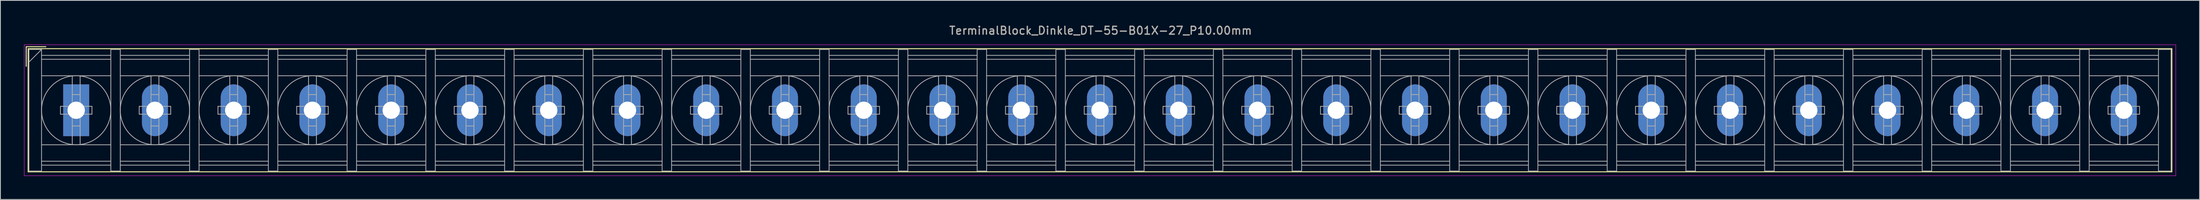
<source format=kicad_pcb>
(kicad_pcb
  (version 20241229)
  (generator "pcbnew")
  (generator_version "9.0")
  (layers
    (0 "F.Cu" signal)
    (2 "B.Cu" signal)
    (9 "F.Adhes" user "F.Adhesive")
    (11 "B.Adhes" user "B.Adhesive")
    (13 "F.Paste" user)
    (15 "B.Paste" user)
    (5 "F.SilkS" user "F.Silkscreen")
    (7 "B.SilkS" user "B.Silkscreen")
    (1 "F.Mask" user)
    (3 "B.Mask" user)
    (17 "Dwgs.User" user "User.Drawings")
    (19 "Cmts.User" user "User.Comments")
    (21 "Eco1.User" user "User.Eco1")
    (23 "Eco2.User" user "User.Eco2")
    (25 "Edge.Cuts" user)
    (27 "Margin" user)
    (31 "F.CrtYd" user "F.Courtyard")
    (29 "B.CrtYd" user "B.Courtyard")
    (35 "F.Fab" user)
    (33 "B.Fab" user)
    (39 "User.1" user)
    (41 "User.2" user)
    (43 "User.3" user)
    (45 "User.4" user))
  (footprint "TerminalBlock_Dinkle_DT-55-B01X-27_P10.00mm"
    (layer "F.Cu")
    (at 6.625 11.008)
    (property "Reference" "TerminalBlock_Dinkle_DT-55-B01X-27_P10.00mm" (at 130.08 -10.16 0) (layer "F.SilkS") (effects (font (size 1 1) (thickness 0.15))))
    (attr through_hole)
    (fp_line (start -6.35 -8.1) (end -3.85 -8.1) (stroke (width 0.12) (type solid)) (layer "F.SilkS"))
    (fp_line (start -6.35 -5.6) (end -6.35 -8.1) (stroke (width 0.12) (type solid)) (layer "F.SilkS"))
    (fp_line (start -6.1 -7.85) (end 266.1 -7.85) (stroke (width 0.12) (type solid)) (layer "F.SilkS"))
    (fp_line (start -6.1 7.85) (end -6.1 -7.85) (stroke (width 0.12) (type solid)) (layer "F.SilkS"))
    (fp_line (start -6.1 7.85) (end 266.1 7.85) (stroke (width 0.12) (type solid)) (layer "F.SilkS"))
    (fp_line (start 266.1 -7.85) (end 266.1 7.85) (stroke (width 0.12) (type solid)) (layer "F.SilkS"))
    (fp_line (start -6.6 -8.35) (end 266.6 -8.35) (stroke (width 0.05) (type solid)) (layer "F.CrtYd"))
    (fp_line (start -6.6 8.35) (end -6.6 -8.35) (stroke (width 0.05) (type solid)) (layer "F.CrtYd"))
    (fp_line (start -6.6 8.35) (end 266.6 8.35) (stroke (width 0.05) (type solid)) (layer "F.CrtYd"))
    (fp_line (start 266.6 -8.35) (end 266.6 8.35) (stroke (width 0.05) (type solid)) (layer "F.CrtYd"))
    (fp_line (start -6 -7.75) (end -6 7.75) (stroke (width 0.1) (type solid)) (layer "F.Fab"))
    (fp_line (start -6 -7.75) (end -4.4 -7.75) (stroke (width 0.1) (type solid)) (layer "F.Fab"))
    (fp_line (start -6 7.75) (end -4.4 7.75) (stroke (width 0.1) (type solid)) (layer "F.Fab"))
    (fp_line (start -4.4 -7.75) (end -6 -6.15) (stroke (width 0.1) (type solid)) (layer "F.Fab"))
    (fp_line (start -4.4 -7.75) (end -4.4 7.75) (stroke (width 0.1) (type solid)) (layer "F.Fab"))
    (fp_line (start -4.4 -7) (end 4.4 -7) (stroke (width 0.1) (type solid)) (layer "F.Fab"))
    (fp_line (start -4.4 -6.5) (end 4.4 -6.5) (stroke (width 0.1) (type solid)) (layer "F.Fab"))
    (fp_line (start -4.4 -4.4) (end 4.4 -4.4) (stroke (width 0.1) (type solid)) (layer "F.Fab"))
    (fp_line (start -4.4 4.4) (end 4.4 4.4) (stroke (width 0.1) (type solid)) (layer "F.Fab"))
    (fp_line (start -4.4 6.5) (end 4.4 6.5) (stroke (width 0.1) (type solid)) (layer "F.Fab"))
    (fp_line (start -4.4 7) (end 4.4 7) (stroke (width 0.1) (type solid)) (layer "F.Fab"))
    (fp_line (start -2 -0.5) (end -2 0.5) (stroke (width 0.1) (type solid)) (layer "F.Fab"))
    (fp_line (start -2 0.5) (end -0.5 0.5) (stroke (width 0.1) (type solid)) (layer "F.Fab"))
    (fp_line (start -0.5 -4.35) (end -0.5 -0.5) (stroke (width 0.1) (type solid)) (layer "F.Fab"))
    (fp_line (start -0.5 -2) (end 0.5 -2) (stroke (width 0.1) (type solid)) (layer "F.Fab"))
    (fp_line (start -0.5 -0.5) (end -2 -0.5) (stroke (width 0.1) (type solid)) (layer "F.Fab"))
    (fp_line (start -0.5 0.5) (end -0.5 4.35) (stroke (width 0.1) (type solid)) (layer "F.Fab"))
    (fp_line (start -0.5 2) (end 0.5 2) (stroke (width 0.1) (type solid)) (layer "F.Fab"))
    (fp_line (start 0.5 -4.35) (end 0.5 -0.5) (stroke (width 0.1) (type solid)) (layer "F.Fab"))
    (fp_line (start 0.5 -0.5) (end 2 -0.5) (stroke (width 0.1) (type solid)) (layer "F.Fab"))
    (fp_line (start 0.5 0.5) (end 0.5 4.35) (stroke (width 0.1) (type solid)) (layer "F.Fab"))
    (fp_line (start 2 -0.5) (end 2 0.5) (stroke (width 0.1) (type solid)) (layer "F.Fab"))
    (fp_line (start 2 0.5) (end 0.5 0.5) (stroke (width 0.1) (type solid)) (layer "F.Fab"))
    (fp_line (start 4.4 -7.75) (end 4.4 7.75) (stroke (width 0.1) (type solid)) (layer "F.Fab"))
    (fp_line (start 4.4 -7.75) (end 5.6 -7.75) (stroke (width 0.1) (type solid)) (layer "F.Fab"))
    (fp_line (start 4.4 7.75) (end 5.6 7.75) (stroke (width 0.1) (type solid)) (layer "F.Fab"))
    (fp_line (start 5.6 -7.75) (end 5.6 7.75) (stroke (width 0.1) (type solid)) (layer "F.Fab"))
    (fp_line (start 5.6 -7) (end 14.4 -7) (stroke (width 0.1) (type solid)) (layer "F.Fab"))
    (fp_line (start 5.6 -6.5) (end 14.4 -6.5) (stroke (width 0.1) (type solid)) (layer "F.Fab"))
    (fp_line (start 5.6 -4.4) (end 14.4 -4.4) (stroke (width 0.1) (type solid)) (layer "F.Fab"))
    (fp_line (start 5.6 4.4) (end 14.4 4.4) (stroke (width 0.1) (type solid)) (layer "F.Fab"))
    (fp_line (start 5.6 6.5) (end 14.4 6.5) (stroke (width 0.1) (type solid)) (layer "F.Fab"))
    (fp_line (start 5.6 7) (end 14.4 7) (stroke (width 0.1) (type solid)) (layer "F.Fab"))
    (fp_line (start 8 -0.5) (end 8 0.5) (stroke (width 0.1) (type solid)) (layer "F.Fab"))
    (fp_line (start 8 0.5) (end 9.5 0.5) (stroke (width 0.1) (type solid)) (layer "F.Fab"))
    (fp_line (start 9.5 -4.35) (end 9.5 -0.5) (stroke (width 0.1) (type solid)) (layer "F.Fab"))
    (fp_line (start 9.5 -2) (end 10.5 -2) (stroke (width 0.1) (type solid)) (layer "F.Fab"))
    (fp_line (start 9.5 -0.5) (end 8 -0.5) (stroke (width 0.1) (type solid)) (layer "F.Fab"))
    (fp_line (start 9.5 0.5) (end 9.5 4.35) (stroke (width 0.1) (type solid)) (layer "F.Fab"))
    (fp_line (start 9.5 2) (end 10.5 2) (stroke (width 0.1) (type solid)) (layer "F.Fab"))
    (fp_line (start 10.5 -4.35) (end 10.5 -0.5) (stroke (width 0.1) (type solid)) (layer "F.Fab"))
    (fp_line (start 10.5 -0.5) (end 12 -0.5) (stroke (width 0.1) (type solid)) (layer "F.Fab"))
    (fp_line (start 10.5 0.5) (end 10.5 4.35) (stroke (width 0.1) (type solid)) (layer "F.Fab"))
    (fp_line (start 12 -0.5) (end 12 0.5) (stroke (width 0.1) (type solid)) (layer "F.Fab"))
    (fp_line (start 12 0.5) (end 10.5 0.5) (stroke (width 0.1) (type solid)) (layer "F.Fab"))
    (fp_line (start 14.4 -7.75) (end 14.4 7.75) (stroke (width 0.1) (type solid)) (layer "F.Fab"))
    (fp_line (start 14.4 -7.75) (end 15.6 -7.75) (stroke (width 0.1) (type solid)) (layer "F.Fab"))
    (fp_line (start 14.4 7.75) (end 15.6 7.75) (stroke (width 0.1) (type solid)) (layer "F.Fab"))
    (fp_line (start 15.6 -7.75) (end 15.6 7.75) (stroke (width 0.1) (type solid)) (layer "F.Fab"))
    (fp_line (start 15.6 -7) (end 24.4 -7) (stroke (width 0.1) (type solid)) (layer "F.Fab"))
    (fp_line (start 15.6 -6.5) (end 24.4 -6.5) (stroke (width 0.1) (type solid)) (layer "F.Fab"))
    (fp_line (start 15.6 -4.4) (end 24.4 -4.4) (stroke (width 0.1) (type solid)) (layer "F.Fab"))
    (fp_line (start 15.6 4.4) (end 24.4 4.4) (stroke (width 0.1) (type solid)) (layer "F.Fab"))
    (fp_line (start 15.6 6.5) (end 24.4 6.5) (stroke (width 0.1) (type solid)) (layer "F.Fab"))
    (fp_line (start 15.6 7) (end 24.4 7) (stroke (width 0.1) (type solid)) (layer "F.Fab"))
    (fp_line (start 18 -0.5) (end 18 0.5) (stroke (width 0.1) (type solid)) (layer "F.Fab"))
    (fp_line (start 18 0.5) (end 19.5 0.5) (stroke (width 0.1) (type solid)) (layer "F.Fab"))
    (fp_line (start 19.5 -4.35) (end 19.5 -0.5) (stroke (width 0.1) (type solid)) (layer "F.Fab"))
    (fp_line (start 19.5 -2) (end 20.5 -2) (stroke (width 0.1) (type solid)) (layer "F.Fab"))
    (fp_line (start 19.5 -0.5) (end 18 -0.5) (stroke (width 0.1) (type solid)) (layer "F.Fab"))
    (fp_line (start 19.5 0.5) (end 19.5 4.35) (stroke (width 0.1) (type solid)) (layer "F.Fab"))
    (fp_line (start 19.5 2) (end 20.5 2) (stroke (width 0.1) (type solid)) (layer "F.Fab"))
    (fp_line (start 20.5 -4.35) (end 20.5 -0.5) (stroke (width 0.1) (type solid)) (layer "F.Fab"))
    (fp_line (start 20.5 -0.5) (end 22 -0.5) (stroke (width 0.1) (type solid)) (layer "F.Fab"))
    (fp_line (start 20.5 0.5) (end 20.5 4.35) (stroke (width 0.1) (type solid)) (layer "F.Fab"))
    (fp_line (start 22 -0.5) (end 22 0.5) (stroke (width 0.1) (type solid)) (layer "F.Fab"))
    (fp_line (start 22 0.5) (end 20.5 0.5) (stroke (width 0.1) (type solid)) (layer "F.Fab"))
    (fp_line (start 24.4 -7.75) (end 24.4 7.75) (stroke (width 0.1) (type solid)) (layer "F.Fab"))
    (fp_line (start 24.4 -7.75) (end 25.6 -7.75) (stroke (width 0.1) (type solid)) (layer "F.Fab"))
    (fp_line (start 24.4 7.75) (end 25.6 7.75) (stroke (width 0.1) (type solid)) (layer "F.Fab"))
    (fp_line (start 25.6 -7.75) (end 25.6 7.75) (stroke (width 0.1) (type solid)) (layer "F.Fab"))
    (fp_line (start 25.6 -7) (end 34.4 -7) (stroke (width 0.1) (type solid)) (layer "F.Fab"))
    (fp_line (start 25.6 -6.5) (end 34.4 -6.5) (stroke (width 0.1) (type solid)) (layer "F.Fab"))
    (fp_line (start 25.6 -4.4) (end 34.4 -4.4) (stroke (width 0.1) (type solid)) (layer "F.Fab"))
    (fp_line (start 25.6 4.4) (end 34.4 4.4) (stroke (width 0.1) (type solid)) (layer "F.Fab"))
    (fp_line (start 25.6 6.5) (end 34.4 6.5) (stroke (width 0.1) (type solid)) (layer "F.Fab"))
    (fp_line (start 25.6 7) (end 34.4 7) (stroke (width 0.1) (type solid)) (layer "F.Fab"))
    (fp_line (start 28 -0.5) (end 28 0.5) (stroke (width 0.1) (type solid)) (layer "F.Fab"))
    (fp_line (start 28 0.5) (end 29.5 0.5) (stroke (width 0.1) (type solid)) (layer "F.Fab"))
    (fp_line (start 29.5 -4.35) (end 29.5 -0.5) (stroke (width 0.1) (type solid)) (layer "F.Fab"))
    (fp_line (start 29.5 -2) (end 30.5 -2) (stroke (width 0.1) (type solid)) (layer "F.Fab"))
    (fp_line (start 29.5 -0.5) (end 28 -0.5) (stroke (width 0.1) (type solid)) (layer "F.Fab"))
    (fp_line (start 29.5 0.5) (end 29.5 4.35) (stroke (width 0.1) (type solid)) (layer "F.Fab"))
    (fp_line (start 29.5 2) (end 30.5 2) (stroke (width 0.1) (type solid)) (layer "F.Fab"))
    (fp_line (start 30.5 -4.35) (end 30.5 -0.5) (stroke (width 0.1) (type solid)) (layer "F.Fab"))
    (fp_line (start 30.5 -0.5) (end 32 -0.5) (stroke (width 0.1) (type solid)) (layer "F.Fab"))
    (fp_line (start 30.5 0.5) (end 30.5 4.35) (stroke (width 0.1) (type solid)) (layer "F.Fab"))
    (fp_line (start 32 -0.5) (end 32 0.5) (stroke (width 0.1) (type solid)) (layer "F.Fab"))
    (fp_line (start 32 0.5) (end 30.5 0.5) (stroke (width 0.1) (type solid)) (layer "F.Fab"))
    (fp_line (start 34.4 -7.75) (end 34.4 7.75) (stroke (width 0.1) (type solid)) (layer "F.Fab"))
    (fp_line (start 34.4 -7.75) (end 35.6 -7.75) (stroke (width 0.1) (type solid)) (layer "F.Fab"))
    (fp_line (start 34.4 7.75) (end 35.6 7.75) (stroke (width 0.1) (type solid)) (layer "F.Fab"))
    (fp_line (start 35.6 -7.75) (end 35.6 7.75) (stroke (width 0.1) (type solid)) (layer "F.Fab"))
    (fp_line (start 35.6 -7) (end 44.4 -7) (stroke (width 0.1) (type solid)) (layer "F.Fab"))
    (fp_line (start 35.6 -6.5) (end 44.4 -6.5) (stroke (width 0.1) (type solid)) (layer "F.Fab"))
    (fp_line (start 35.6 -4.4) (end 44.4 -4.4) (stroke (width 0.1) (type solid)) (layer "F.Fab"))
    (fp_line (start 35.6 4.4) (end 44.4 4.4) (stroke (width 0.1) (type solid)) (layer "F.Fab"))
    (fp_line (start 35.6 6.5) (end 44.4 6.5) (stroke (width 0.1) (type solid)) (layer "F.Fab"))
    (fp_line (start 35.6 7) (end 44.4 7) (stroke (width 0.1) (type solid)) (layer "F.Fab"))
    (fp_line (start 38 -0.5) (end 38 0.5) (stroke (width 0.1) (type solid)) (layer "F.Fab"))
    (fp_line (start 38 0.5) (end 39.5 0.5) (stroke (width 0.1) (type solid)) (layer "F.Fab"))
    (fp_line (start 39.5 -4.35) (end 39.5 -0.5) (stroke (width 0.1) (type solid)) (layer "F.Fab"))
    (fp_line (start 39.5 -2) (end 40.5 -2) (stroke (width 0.1) (type solid)) (layer "F.Fab"))
    (fp_line (start 39.5 -0.5) (end 38 -0.5) (stroke (width 0.1) (type solid)) (layer "F.Fab"))
    (fp_line (start 39.5 0.5) (end 39.5 4.35) (stroke (width 0.1) (type solid)) (layer "F.Fab"))
    (fp_line (start 39.5 2) (end 40.5 2) (stroke (width 0.1) (type solid)) (layer "F.Fab"))
    (fp_line (start 40.5 -4.35) (end 40.5 -0.5) (stroke (width 0.1) (type solid)) (layer "F.Fab"))
    (fp_line (start 40.5 -0.5) (end 42 -0.5) (stroke (width 0.1) (type solid)) (layer "F.Fab"))
    (fp_line (start 40.5 0.5) (end 40.5 4.35) (stroke (width 0.1) (type solid)) (layer "F.Fab"))
    (fp_line (start 42 -0.5) (end 42 0.5) (stroke (width 0.1) (type solid)) (layer "F.Fab"))
    (fp_line (start 42 0.5) (end 40.5 0.5) (stroke (width 0.1) (type solid)) (layer "F.Fab"))
    (fp_line (start 44.4 -7.75) (end 44.4 7.75) (stroke (width 0.1) (type solid)) (layer "F.Fab"))
    (fp_line (start 44.4 -7.75) (end 45.6 -7.75) (stroke (width 0.1) (type solid)) (layer "F.Fab"))
    (fp_line (start 44.4 7.75) (end 45.6 7.75) (stroke (width 0.1) (type solid)) (layer "F.Fab"))
    (fp_line (start 45.6 -7.75) (end 45.6 7.75) (stroke (width 0.1) (type solid)) (layer "F.Fab"))
    (fp_line (start 45.6 -7) (end 54.4 -7) (stroke (width 0.1) (type solid)) (layer "F.Fab"))
    (fp_line (start 45.6 -6.5) (end 54.4 -6.5) (stroke (width 0.1) (type solid)) (layer "F.Fab"))
    (fp_line (start 45.6 -4.4) (end 54.4 -4.4) (stroke (width 0.1) (type solid)) (layer "F.Fab"))
    (fp_line (start 45.6 4.4) (end 54.4 4.4) (stroke (width 0.1) (type solid)) (layer "F.Fab"))
    (fp_line (start 45.6 6.5) (end 54.4 6.5) (stroke (width 0.1) (type solid)) (layer "F.Fab"))
    (fp_line (start 45.6 7) (end 54.4 7) (stroke (width 0.1) (type solid)) (layer "F.Fab"))
    (fp_line (start 48 -0.5) (end 48 0.5) (stroke (width 0.1) (type solid)) (layer "F.Fab"))
    (fp_line (start 48 0.5) (end 49.5 0.5) (stroke (width 0.1) (type solid)) (layer "F.Fab"))
    (fp_line (start 49.5 -4.35) (end 49.5 -0.5) (stroke (width 0.1) (type solid)) (layer "F.Fab"))
    (fp_line (start 49.5 -2) (end 50.5 -2) (stroke (width 0.1) (type solid)) (layer "F.Fab"))
    (fp_line (start 49.5 -0.5) (end 48 -0.5) (stroke (width 0.1) (type solid)) (layer "F.Fab"))
    (fp_line (start 49.5 0.5) (end 49.5 4.35) (stroke (width 0.1) (type solid)) (layer "F.Fab"))
    (fp_line (start 49.5 2) (end 50.5 2) (stroke (width 0.1) (type solid)) (layer "F.Fab"))
    (fp_line (start 50.5 -4.35) (end 50.5 -0.5) (stroke (width 0.1) (type solid)) (layer "F.Fab"))
    (fp_line (start 50.5 -0.5) (end 52 -0.5) (stroke (width 0.1) (type solid)) (layer "F.Fab"))
    (fp_line (start 50.5 0.5) (end 50.5 4.35) (stroke (width 0.1) (type solid)) (layer "F.Fab"))
    (fp_line (start 52 -0.5) (end 52 0.5) (stroke (width 0.1) (type solid)) (layer "F.Fab"))
    (fp_line (start 52 0.5) (end 50.5 0.5) (stroke (width 0.1) (type solid)) (layer "F.Fab"))
    (fp_line (start 54.4 -7.75) (end 54.4 7.75) (stroke (width 0.1) (type solid)) (layer "F.Fab"))
    (fp_line (start 54.4 -7.75) (end 55.6 -7.75) (stroke (width 0.1) (type solid)) (layer "F.Fab"))
    (fp_line (start 54.4 7.75) (end 55.6 7.75) (stroke (width 0.1) (type solid)) (layer "F.Fab"))
    (fp_line (start 55.6 -7.75) (end 55.6 7.75) (stroke (width 0.1) (type solid)) (layer "F.Fab"))
    (fp_line (start 55.6 -7) (end 64.4 -7) (stroke (width 0.1) (type solid)) (layer "F.Fab"))
    (fp_line (start 55.6 -6.5) (end 64.4 -6.5) (stroke (width 0.1) (type solid)) (layer "F.Fab"))
    (fp_line (start 55.6 -4.4) (end 64.4 -4.4) (stroke (width 0.1) (type solid)) (layer "F.Fab"))
    (fp_line (start 55.6 4.4) (end 64.4 4.4) (stroke (width 0.1) (type solid)) (layer "F.Fab"))
    (fp_line (start 55.6 6.5) (end 64.4 6.5) (stroke (width 0.1) (type solid)) (layer "F.Fab"))
    (fp_line (start 55.6 7) (end 64.4 7) (stroke (width 0.1) (type solid)) (layer "F.Fab"))
    (fp_line (start 58 -0.5) (end 58 0.5) (stroke (width 0.1) (type solid)) (layer "F.Fab"))
    (fp_line (start 58 0.5) (end 59.5 0.5) (stroke (width 0.1) (type solid)) (layer "F.Fab"))
    (fp_line (start 59.5 -4.35) (end 59.5 -0.5) (stroke (width 0.1) (type solid)) (layer "F.Fab"))
    (fp_line (start 59.5 -2) (end 60.5 -2) (stroke (width 0.1) (type solid)) (layer "F.Fab"))
    (fp_line (start 59.5 -0.5) (end 58 -0.5) (stroke (width 0.1) (type solid)) (layer "F.Fab"))
    (fp_line (start 59.5 0.5) (end 59.5 4.35) (stroke (width 0.1) (type solid)) (layer "F.Fab"))
    (fp_line (start 59.5 2) (end 60.5 2) (stroke (width 0.1) (type solid)) (layer "F.Fab"))
    (fp_line (start 60.5 -4.35) (end 60.5 -0.5) (stroke (width 0.1) (type solid)) (layer "F.Fab"))
    (fp_line (start 60.5 -0.5) (end 62 -0.5) (stroke (width 0.1) (type solid)) (layer "F.Fab"))
    (fp_line (start 60.5 0.5) (end 60.5 4.35) (stroke (width 0.1) (type solid)) (layer "F.Fab"))
    (fp_line (start 62 -0.5) (end 62 0.5) (stroke (width 0.1) (type solid)) (layer "F.Fab"))
    (fp_line (start 62 0.5) (end 60.5 0.5) (stroke (width 0.1) (type solid)) (layer "F.Fab"))
    (fp_line (start 64.4 -7.75) (end 64.4 7.75) (stroke (width 0.1) (type solid)) (layer "F.Fab"))
    (fp_line (start 64.4 -7.75) (end 65.6 -7.75) (stroke (width 0.1) (type solid)) (layer "F.Fab"))
    (fp_line (start 64.4 7.75) (end 65.6 7.75) (stroke (width 0.1) (type solid)) (layer "F.Fab"))
    (fp_line (start 65.6 -7.75) (end 65.6 7.75) (stroke (width 0.1) (type solid)) (layer "F.Fab"))
    (fp_line (start 65.6 -7) (end 74.4 -7) (stroke (width 0.1) (type solid)) (layer "F.Fab"))
    (fp_line (start 65.6 -6.5) (end 74.4 -6.5) (stroke (width 0.1) (type solid)) (layer "F.Fab"))
    (fp_line (start 65.6 -4.4) (end 74.4 -4.4) (stroke (width 0.1) (type solid)) (layer "F.Fab"))
    (fp_line (start 65.6 4.4) (end 74.4 4.4) (stroke (width 0.1) (type solid)) (layer "F.Fab"))
    (fp_line (start 65.6 6.5) (end 74.4 6.5) (stroke (width 0.1) (type solid)) (layer "F.Fab"))
    (fp_line (start 65.6 7) (end 74.4 7) (stroke (width 0.1) (type solid)) (layer "F.Fab"))
    (fp_line (start 68 -0.5) (end 68 0.5) (stroke (width 0.1) (type solid)) (layer "F.Fab"))
    (fp_line (start 68 0.5) (end 69.5 0.5) (stroke (width 0.1) (type solid)) (layer "F.Fab"))
    (fp_line (start 69.5 -4.35) (end 69.5 -0.5) (stroke (width 0.1) (type solid)) (layer "F.Fab"))
    (fp_line (start 69.5 -2) (end 70.5 -2) (stroke (width 0.1) (type solid)) (layer "F.Fab"))
    (fp_line (start 69.5 -0.5) (end 68 -0.5) (stroke (width 0.1) (type solid)) (layer "F.Fab"))
    (fp_line (start 69.5 0.5) (end 69.5 4.35) (stroke (width 0.1) (type solid)) (layer "F.Fab"))
    (fp_line (start 69.5 2) (end 70.5 2) (stroke (width 0.1) (type solid)) (layer "F.Fab"))
    (fp_line (start 70.5 -4.35) (end 70.5 -0.5) (stroke (width 0.1) (type solid)) (layer "F.Fab"))
    (fp_line (start 70.5 -0.5) (end 72 -0.5) (stroke (width 0.1) (type solid)) (layer "F.Fab"))
    (fp_line (start 70.5 0.5) (end 70.5 4.35) (stroke (width 0.1) (type solid)) (layer "F.Fab"))
    (fp_line (start 72 -0.5) (end 72 0.5) (stroke (width 0.1) (type solid)) (layer "F.Fab"))
    (fp_line (start 72 0.5) (end 70.5 0.5) (stroke (width 0.1) (type solid)) (layer "F.Fab"))
    (fp_line (start 74.4 -7.75) (end 74.4 7.75) (stroke (width 0.1) (type solid)) (layer "F.Fab"))
    (fp_line (start 74.4 -7.75) (end 75.6 -7.75) (stroke (width 0.1) (type solid)) (layer "F.Fab"))
    (fp_line (start 74.4 7.75) (end 75.6 7.75) (stroke (width 0.1) (type solid)) (layer "F.Fab"))
    (fp_line (start 75.6 -7.75) (end 75.6 7.75) (stroke (width 0.1) (type solid)) (layer "F.Fab"))
    (fp_line (start 75.6 -7) (end 84.4 -7) (stroke (width 0.1) (type solid)) (layer "F.Fab"))
    (fp_line (start 75.6 -6.5) (end 84.4 -6.5) (stroke (width 0.1) (type solid)) (layer "F.Fab"))
    (fp_line (start 75.6 -4.4) (end 84.4 -4.4) (stroke (width 0.1) (type solid)) (layer "F.Fab"))
    (fp_line (start 75.6 4.4) (end 84.4 4.4) (stroke (width 0.1) (type solid)) (layer "F.Fab"))
    (fp_line (start 75.6 6.5) (end 84.4 6.5) (stroke (width 0.1) (type solid)) (layer "F.Fab"))
    (fp_line (start 75.6 7) (end 84.4 7) (stroke (width 0.1) (type solid)) (layer "F.Fab"))
    (fp_line (start 78 -0.5) (end 78 0.5) (stroke (width 0.1) (type solid)) (layer "F.Fab"))
    (fp_line (start 78 0.5) (end 79.5 0.5) (stroke (width 0.1) (type solid)) (layer "F.Fab"))
    (fp_line (start 79.5 -4.35) (end 79.5 -0.5) (stroke (width 0.1) (type solid)) (layer "F.Fab"))
    (fp_line (start 79.5 -2) (end 80.5 -2) (stroke (width 0.1) (type solid)) (layer "F.Fab"))
    (fp_line (start 79.5 -0.5) (end 78 -0.5) (stroke (width 0.1) (type solid)) (layer "F.Fab"))
    (fp_line (start 79.5 0.5) (end 79.5 4.35) (stroke (width 0.1) (type solid)) (layer "F.Fab"))
    (fp_line (start 79.5 2) (end 80.5 2) (stroke (width 0.1) (type solid)) (layer "F.Fab"))
    (fp_line (start 80.5 -4.35) (end 80.5 -0.5) (stroke (width 0.1) (type solid)) (layer "F.Fab"))
    (fp_line (start 80.5 -0.5) (end 82 -0.5) (stroke (width 0.1) (type solid)) (layer "F.Fab"))
    (fp_line (start 80.5 0.5) (end 80.5 4.35) (stroke (width 0.1) (type solid)) (layer "F.Fab"))
    (fp_line (start 82 -0.5) (end 82 0.5) (stroke (width 0.1) (type solid)) (layer "F.Fab"))
    (fp_line (start 82 0.5) (end 80.5 0.5) (stroke (width 0.1) (type solid)) (layer "F.Fab"))
    (fp_line (start 84.4 -7.75) (end 84.4 7.75) (stroke (width 0.1) (type solid)) (layer "F.Fab"))
    (fp_line (start 84.4 -7.75) (end 85.6 -7.75) (stroke (width 0.1) (type solid)) (layer "F.Fab"))
    (fp_line (start 84.4 7.75) (end 85.6 7.75) (stroke (width 0.1) (type solid)) (layer "F.Fab"))
    (fp_line (start 85.6 -7.75) (end 85.6 7.75) (stroke (width 0.1) (type solid)) (layer "F.Fab"))
    (fp_line (start 85.6 -7) (end 94.4 -7) (stroke (width 0.1) (type solid)) (layer "F.Fab"))
    (fp_line (start 85.6 -6.5) (end 94.4 -6.5) (stroke (width 0.1) (type solid)) (layer "F.Fab"))
    (fp_line (start 85.6 -4.4) (end 94.4 -4.4) (stroke (width 0.1) (type solid)) (layer "F.Fab"))
    (fp_line (start 85.6 4.4) (end 94.4 4.4) (stroke (width 0.1) (type solid)) (layer "F.Fab"))
    (fp_line (start 85.6 6.5) (end 94.4 6.5) (stroke (width 0.1) (type solid)) (layer "F.Fab"))
    (fp_line (start 85.6 7) (end 94.4 7) (stroke (width 0.1) (type solid)) (layer "F.Fab"))
    (fp_line (start 88 -0.5) (end 88 0.5) (stroke (width 0.1) (type solid)) (layer "F.Fab"))
    (fp_line (start 88 0.5) (end 89.5 0.5) (stroke (width 0.1) (type solid)) (layer "F.Fab"))
    (fp_line (start 89.5 -4.35) (end 89.5 -0.5) (stroke (width 0.1) (type solid)) (layer "F.Fab"))
    (fp_line (start 89.5 -2) (end 90.5 -2) (stroke (width 0.1) (type solid)) (layer "F.Fab"))
    (fp_line (start 89.5 -0.5) (end 88 -0.5) (stroke (width 0.1) (type solid)) (layer "F.Fab"))
    (fp_line (start 89.5 0.5) (end 89.5 4.35) (stroke (width 0.1) (type solid)) (layer "F.Fab"))
    (fp_line (start 89.5 2) (end 90.5 2) (stroke (width 0.1) (type solid)) (layer "F.Fab"))
    (fp_line (start 90.5 -4.35) (end 90.5 -0.5) (stroke (width 0.1) (type solid)) (layer "F.Fab"))
    (fp_line (start 90.5 -0.5) (end 92 -0.5) (stroke (width 0.1) (type solid)) (layer "F.Fab"))
    (fp_line (start 90.5 0.5) (end 90.5 4.35) (stroke (width 0.1) (type solid)) (layer "F.Fab"))
    (fp_line (start 92 -0.5) (end 92 0.5) (stroke (width 0.1) (type solid)) (layer "F.Fab"))
    (fp_line (start 92 0.5) (end 90.5 0.5) (stroke (width 0.1) (type solid)) (layer "F.Fab"))
    (fp_line (start 94.4 -7.75) (end 94.4 7.75) (stroke (width 0.1) (type solid)) (layer "F.Fab"))
    (fp_line (start 94.4 -7.75) (end 95.6 -7.75) (stroke (width 0.1) (type solid)) (layer "F.Fab"))
    (fp_line (start 94.4 7.75) (end 95.6 7.75) (stroke (width 0.1) (type solid)) (layer "F.Fab"))
    (fp_line (start 95.6 -7.75) (end 95.6 7.75) (stroke (width 0.1) (type solid)) (layer "F.Fab"))
    (fp_line (start 95.6 -7) (end 104.4 -7) (stroke (width 0.1) (type solid)) (layer "F.Fab"))
    (fp_line (start 95.6 -6.5) (end 104.4 -6.5) (stroke (width 0.1) (type solid)) (layer "F.Fab"))
    (fp_line (start 95.6 -4.4) (end 104.4 -4.4) (stroke (width 0.1) (type solid)) (layer "F.Fab"))
    (fp_line (start 95.6 4.4) (end 104.4 4.4) (stroke (width 0.1) (type solid)) (layer "F.Fab"))
    (fp_line (start 95.6 6.5) (end 104.4 6.5) (stroke (width 0.1) (type solid)) (layer "F.Fab"))
    (fp_line (start 95.6 7) (end 104.4 7) (stroke (width 0.1) (type solid)) (layer "F.Fab"))
    (fp_line (start 98 -0.5) (end 98 0.5) (stroke (width 0.1) (type solid)) (layer "F.Fab"))
    (fp_line (start 98 0.5) (end 99.5 0.5) (stroke (width 0.1) (type solid)) (layer "F.Fab"))
    (fp_line (start 99.5 -4.35) (end 99.5 -0.5) (stroke (width 0.1) (type solid)) (layer "F.Fab"))
    (fp_line (start 99.5 -2) (end 100.5 -2) (stroke (width 0.1) (type solid)) (layer "F.Fab"))
    (fp_line (start 99.5 -0.5) (end 98 -0.5) (stroke (width 0.1) (type solid)) (layer "F.Fab"))
    (fp_line (start 99.5 0.5) (end 99.5 4.35) (stroke (width 0.1) (type solid)) (layer "F.Fab"))
    (fp_line (start 99.5 2) (end 100.5 2) (stroke (width 0.1) (type solid)) (layer "F.Fab"))
    (fp_line (start 100.5 -4.35) (end 100.5 -0.5) (stroke (width 0.1) (type solid)) (layer "F.Fab"))
    (fp_line (start 100.5 -0.5) (end 102 -0.5) (stroke (width 0.1) (type solid)) (layer "F.Fab"))
    (fp_line (start 100.5 0.5) (end 100.5 4.35) (stroke (width 0.1) (type solid)) (layer "F.Fab"))
    (fp_line (start 102 -0.5) (end 102 0.5) (stroke (width 0.1) (type solid)) (layer "F.Fab"))
    (fp_line (start 102 0.5) (end 100.5 0.5) (stroke (width 0.1) (type solid)) (layer "F.Fab"))
    (fp_line (start 104.4 -7.75) (end 104.4 7.75) (stroke (width 0.1) (type solid)) (layer "F.Fab"))
    (fp_line (start 104.4 -7.75) (end 105.6 -7.75) (stroke (width 0.1) (type solid)) (layer "F.Fab"))
    (fp_line (start 104.4 7.75) (end 105.6 7.75) (stroke (width 0.1) (type solid)) (layer "F.Fab"))
    (fp_line (start 105.6 -7.75) (end 105.6 7.75) (stroke (width 0.1) (type solid)) (layer "F.Fab"))
    (fp_line (start 105.6 -7) (end 114.4 -7) (stroke (width 0.1) (type solid)) (layer "F.Fab"))
    (fp_line (start 105.6 -6.5) (end 114.4 -6.5) (stroke (width 0.1) (type solid)) (layer "F.Fab"))
    (fp_line (start 105.6 -4.4) (end 114.4 -4.4) (stroke (width 0.1) (type solid)) (layer "F.Fab"))
    (fp_line (start 105.6 4.4) (end 114.4 4.4) (stroke (width 0.1) (type solid)) (layer "F.Fab"))
    (fp_line (start 105.6 6.5) (end 114.4 6.5) (stroke (width 0.1) (type solid)) (layer "F.Fab"))
    (fp_line (start 105.6 7) (end 114.4 7) (stroke (width 0.1) (type solid)) (layer "F.Fab"))
    (fp_line (start 108 -0.5) (end 108 0.5) (stroke (width 0.1) (type solid)) (layer "F.Fab"))
    (fp_line (start 108 0.5) (end 109.5 0.5) (stroke (width 0.1) (type solid)) (layer "F.Fab"))
    (fp_line (start 109.5 -4.35) (end 109.5 -0.5) (stroke (width 0.1) (type solid)) (layer "F.Fab"))
    (fp_line (start 109.5 -2) (end 110.5 -2) (stroke (width 0.1) (type solid)) (layer "F.Fab"))
    (fp_line (start 109.5 -0.5) (end 108 -0.5) (stroke (width 0.1) (type solid)) (layer "F.Fab"))
    (fp_line (start 109.5 0.5) (end 109.5 4.35) (stroke (width 0.1) (type solid)) (layer "F.Fab"))
    (fp_line (start 109.5 2) (end 110.5 2) (stroke (width 0.1) (type solid)) (layer "F.Fab"))
    (fp_line (start 110.5 -4.35) (end 110.5 -0.5) (stroke (width 0.1) (type solid)) (layer "F.Fab"))
    (fp_line (start 110.5 -0.5) (end 112 -0.5) (stroke (width 0.1) (type solid)) (layer "F.Fab"))
    (fp_line (start 110.5 0.5) (end 110.5 4.35) (stroke (width 0.1) (type solid)) (layer "F.Fab"))
    (fp_line (start 112 -0.5) (end 112 0.5) (stroke (width 0.1) (type solid)) (layer "F.Fab"))
    (fp_line (start 112 0.5) (end 110.5 0.5) (stroke (width 0.1) (type solid)) (layer "F.Fab"))
    (fp_line (start 114.4 -7.75) (end 114.4 7.75) (stroke (width 0.1) (type solid)) (layer "F.Fab"))
    (fp_line (start 114.4 -7.75) (end 115.6 -7.75) (stroke (width 0.1) (type solid)) (layer "F.Fab"))
    (fp_line (start 114.4 7.75) (end 115.6 7.75) (stroke (width 0.1) (type solid)) (layer "F.Fab"))
    (fp_line (start 115.6 -7.75) (end 115.6 7.75) (stroke (width 0.1) (type solid)) (layer "F.Fab"))
    (fp_line (start 115.6 -7) (end 124.4 -7) (stroke (width 0.1) (type solid)) (layer "F.Fab"))
    (fp_line (start 115.6 -6.5) (end 124.4 -6.5) (stroke (width 0.1) (type solid)) (layer "F.Fab"))
    (fp_line (start 115.6 -4.4) (end 124.4 -4.4) (stroke (width 0.1) (type solid)) (layer "F.Fab"))
    (fp_line (start 115.6 4.4) (end 124.4 4.4) (stroke (width 0.1) (type solid)) (layer "F.Fab"))
    (fp_line (start 115.6 6.5) (end 124.4 6.5) (stroke (width 0.1) (type solid)) (layer "F.Fab"))
    (fp_line (start 115.6 7) (end 124.4 7) (stroke (width 0.1) (type solid)) (layer "F.Fab"))
    (fp_line (start 118 -0.5) (end 118 0.5) (stroke (width 0.1) (type solid)) (layer "F.Fab"))
    (fp_line (start 118 0.5) (end 119.5 0.5) (stroke (width 0.1) (type solid)) (layer "F.Fab"))
    (fp_line (start 119.5 -4.35) (end 119.5 -0.5) (stroke (width 0.1) (type solid)) (layer "F.Fab"))
    (fp_line (start 119.5 -2) (end 120.5 -2) (stroke (width 0.1) (type solid)) (layer "F.Fab"))
    (fp_line (start 119.5 -0.5) (end 118 -0.5) (stroke (width 0.1) (type solid)) (layer "F.Fab"))
    (fp_line (start 119.5 0.5) (end 119.5 4.35) (stroke (width 0.1) (type solid)) (layer "F.Fab"))
    (fp_line (start 119.5 2) (end 120.5 2) (stroke (width 0.1) (type solid)) (layer "F.Fab"))
    (fp_line (start 120.5 -4.35) (end 120.5 -0.5) (stroke (width 0.1) (type solid)) (layer "F.Fab"))
    (fp_line (start 120.5 -0.5) (end 122 -0.5) (stroke (width 0.1) (type solid)) (layer "F.Fab"))
    (fp_line (start 120.5 0.5) (end 120.5 4.35) (stroke (width 0.1) (type solid)) (layer "F.Fab"))
    (fp_line (start 122 -0.5) (end 122 0.5) (stroke (width 0.1) (type solid)) (layer "F.Fab"))
    (fp_line (start 122 0.5) (end 120.5 0.5) (stroke (width 0.1) (type solid)) (layer "F.Fab"))
    (fp_line (start 124.4 -7.75) (end 124.4 7.75) (stroke (width 0.1) (type solid)) (layer "F.Fab"))
    (fp_line (start 124.4 -7.75) (end 125.6 -7.75) (stroke (width 0.1) (type solid)) (layer "F.Fab"))
    (fp_line (start 124.4 7.75) (end 125.6 7.75) (stroke (width 0.1) (type solid)) (layer "F.Fab"))
    (fp_line (start 125.6 -7.75) (end 125.6 7.75) (stroke (width 0.1) (type solid)) (layer "F.Fab"))
    (fp_line (start 125.6 -7) (end 134.4 -7) (stroke (width 0.1) (type solid)) (layer "F.Fab"))
    (fp_line (start 125.6 -6.5) (end 134.4 -6.5) (stroke (width 0.1) (type solid)) (layer "F.Fab"))
    (fp_line (start 125.6 -4.4) (end 134.4 -4.4) (stroke (width 0.1) (type solid)) (layer "F.Fab"))
    (fp_line (start 125.6 4.4) (end 134.4 4.4) (stroke (width 0.1) (type solid)) (layer "F.Fab"))
    (fp_line (start 125.6 6.5) (end 134.4 6.5) (stroke (width 0.1) (type solid)) (layer "F.Fab"))
    (fp_line (start 125.6 7) (end 134.4 7) (stroke (width 0.1) (type solid)) (layer "F.Fab"))
    (fp_line (start 128 -0.5) (end 128 0.5) (stroke (width 0.1) (type solid)) (layer "F.Fab"))
    (fp_line (start 128 0.5) (end 129.5 0.5) (stroke (width 0.1) (type solid)) (layer "F.Fab"))
    (fp_line (start 129.5 -4.35) (end 129.5 -0.5) (stroke (width 0.1) (type solid)) (layer "F.Fab"))
    (fp_line (start 129.5 -2) (end 130.5 -2) (stroke (width 0.1) (type solid)) (layer "F.Fab"))
    (fp_line (start 129.5 -0.5) (end 128 -0.5) (stroke (width 0.1) (type solid)) (layer "F.Fab"))
    (fp_line (start 129.5 0.5) (end 129.5 4.35) (stroke (width 0.1) (type solid)) (layer "F.Fab"))
    (fp_line (start 129.5 2) (end 130.5 2) (stroke (width 0.1) (type solid)) (layer "F.Fab"))
    (fp_line (start 130.5 -4.35) (end 130.5 -0.5) (stroke (width 0.1) (type solid)) (layer "F.Fab"))
    (fp_line (start 130.5 -0.5) (end 132 -0.5) (stroke (width 0.1) (type solid)) (layer "F.Fab"))
    (fp_line (start 130.5 0.5) (end 130.5 4.35) (stroke (width 0.1) (type solid)) (layer "F.Fab"))
    (fp_line (start 132 -0.5) (end 132 0.5) (stroke (width 0.1) (type solid)) (layer "F.Fab"))
    (fp_line (start 132 0.5) (end 130.5 0.5) (stroke (width 0.1) (type solid)) (layer "F.Fab"))
    (fp_line (start 134.4 -7.75) (end 134.4 7.75) (stroke (width 0.1) (type solid)) (layer "F.Fab"))
    (fp_line (start 134.4 -7.75) (end 135.6 -7.75) (stroke (width 0.1) (type solid)) (layer "F.Fab"))
    (fp_line (start 134.4 7.75) (end 135.6 7.75) (stroke (width 0.1) (type solid)) (layer "F.Fab"))
    (fp_line (start 135.6 -7.75) (end 135.6 7.75) (stroke (width 0.1) (type solid)) (layer "F.Fab"))
    (fp_line (start 135.6 -7) (end 144.4 -7) (stroke (width 0.1) (type solid)) (layer "F.Fab"))
    (fp_line (start 135.6 -6.5) (end 144.4 -6.5) (stroke (width 0.1) (type solid)) (layer "F.Fab"))
    (fp_line (start 135.6 -4.4) (end 144.4 -4.4) (stroke (width 0.1) (type solid)) (layer "F.Fab"))
    (fp_line (start 135.6 4.4) (end 144.4 4.4) (stroke (width 0.1) (type solid)) (layer "F.Fab"))
    (fp_line (start 135.6 6.5) (end 144.4 6.5) (stroke (width 0.1) (type solid)) (layer "F.Fab"))
    (fp_line (start 135.6 7) (end 144.4 7) (stroke (width 0.1) (type solid)) (layer "F.Fab"))
    (fp_line (start 138 -0.5) (end 138 0.5) (stroke (width 0.1) (type solid)) (layer "F.Fab"))
    (fp_line (start 138 0.5) (end 139.5 0.5) (stroke (width 0.1) (type solid)) (layer "F.Fab"))
    (fp_line (start 139.5 -4.35) (end 139.5 -0.5) (stroke (width 0.1) (type solid)) (layer "F.Fab"))
    (fp_line (start 139.5 -2) (end 140.5 -2) (stroke (width 0.1) (type solid)) (layer "F.Fab"))
    (fp_line (start 139.5 -0.5) (end 138 -0.5) (stroke (width 0.1) (type solid)) (layer "F.Fab"))
    (fp_line (start 139.5 0.5) (end 139.5 4.35) (stroke (width 0.1) (type solid)) (layer "F.Fab"))
    (fp_line (start 139.5 2) (end 140.5 2) (stroke (width 0.1) (type solid)) (layer "F.Fab"))
    (fp_line (start 140.5 -4.35) (end 140.5 -0.5) (stroke (width 0.1) (type solid)) (layer "F.Fab"))
    (fp_line (start 140.5 -0.5) (end 142 -0.5) (stroke (width 0.1) (type solid)) (layer "F.Fab"))
    (fp_line (start 140.5 0.5) (end 140.5 4.35) (stroke (width 0.1) (type solid)) (layer "F.Fab"))
    (fp_line (start 142 -0.5) (end 142 0.5) (stroke (width 0.1) (type solid)) (layer "F.Fab"))
    (fp_line (start 142 0.5) (end 140.5 0.5) (stroke (width 0.1) (type solid)) (layer "F.Fab"))
    (fp_line (start 144.4 -7.75) (end 144.4 7.75) (stroke (width 0.1) (type solid)) (layer "F.Fab"))
    (fp_line (start 144.4 -7.75) (end 145.6 -7.75) (stroke (width 0.1) (type solid)) (layer "F.Fab"))
    (fp_line (start 144.4 7.75) (end 145.6 7.75) (stroke (width 0.1) (type solid)) (layer "F.Fab"))
    (fp_line (start 145.6 -7.75) (end 145.6 7.75) (stroke (width 0.1) (type solid)) (layer "F.Fab"))
    (fp_line (start 145.6 -7) (end 154.4 -7) (stroke (width 0.1) (type solid)) (layer "F.Fab"))
    (fp_line (start 145.6 -6.5) (end 154.4 -6.5) (stroke (width 0.1) (type solid)) (layer "F.Fab"))
    (fp_line (start 145.6 -4.4) (end 154.4 -4.4) (stroke (width 0.1) (type solid)) (layer "F.Fab"))
    (fp_line (start 145.6 4.4) (end 154.4 4.4) (stroke (width 0.1) (type solid)) (layer "F.Fab"))
    (fp_line (start 145.6 6.5) (end 154.4 6.5) (stroke (width 0.1) (type solid)) (layer "F.Fab"))
    (fp_line (start 145.6 7) (end 154.4 7) (stroke (width 0.1) (type solid)) (layer "F.Fab"))
    (fp_line (start 148 -0.5) (end 148 0.5) (stroke (width 0.1) (type solid)) (layer "F.Fab"))
    (fp_line (start 148 0.5) (end 149.5 0.5) (stroke (width 0.1) (type solid)) (layer "F.Fab"))
    (fp_line (start 149.5 -4.35) (end 149.5 -0.5) (stroke (width 0.1) (type solid)) (layer "F.Fab"))
    (fp_line (start 149.5 -2) (end 150.5 -2) (stroke (width 0.1) (type solid)) (layer "F.Fab"))
    (fp_line (start 149.5 -0.5) (end 148 -0.5) (stroke (width 0.1) (type solid)) (layer "F.Fab"))
    (fp_line (start 149.5 0.5) (end 149.5 4.35) (stroke (width 0.1) (type solid)) (layer "F.Fab"))
    (fp_line (start 149.5 2) (end 150.5 2) (stroke (width 0.1) (type solid)) (layer "F.Fab"))
    (fp_line (start 150.5 -4.35) (end 150.5 -0.5) (stroke (width 0.1) (type solid)) (layer "F.Fab"))
    (fp_line (start 150.5 -0.5) (end 152 -0.5) (stroke (width 0.1) (type solid)) (layer "F.Fab"))
    (fp_line (start 150.5 0.5) (end 150.5 4.35) (stroke (width 0.1) (type solid)) (layer "F.Fab"))
    (fp_line (start 152 -0.5) (end 152 0.5) (stroke (width 0.1) (type solid)) (layer "F.Fab"))
    (fp_line (start 152 0.5) (end 150.5 0.5) (stroke (width 0.1) (type solid)) (layer "F.Fab"))
    (fp_line (start 154.4 -7.75) (end 154.4 7.75) (stroke (width 0.1) (type solid)) (layer "F.Fab"))
    (fp_line (start 154.4 -7.75) (end 155.6 -7.75) (stroke (width 0.1) (type solid)) (layer "F.Fab"))
    (fp_line (start 154.4 7.75) (end 155.6 7.75) (stroke (width 0.1) (type solid)) (layer "F.Fab"))
    (fp_line (start 155.6 -7.75) (end 155.6 7.75) (stroke (width 0.1) (type solid)) (layer "F.Fab"))
    (fp_line (start 155.6 -7) (end 164.4 -7) (stroke (width 0.1) (type solid)) (layer "F.Fab"))
    (fp_line (start 155.6 -6.5) (end 164.4 -6.5) (stroke (width 0.1) (type solid)) (layer "F.Fab"))
    (fp_line (start 155.6 -4.4) (end 164.4 -4.4) (stroke (width 0.1) (type solid)) (layer "F.Fab"))
    (fp_line (start 155.6 4.4) (end 164.4 4.4) (stroke (width 0.1) (type solid)) (layer "F.Fab"))
    (fp_line (start 155.6 6.5) (end 164.4 6.5) (stroke (width 0.1) (type solid)) (layer "F.Fab"))
    (fp_line (start 155.6 7) (end 164.4 7) (stroke (width 0.1) (type solid)) (layer "F.Fab"))
    (fp_line (start 158 -0.5) (end 158 0.5) (stroke (width 0.1) (type solid)) (layer "F.Fab"))
    (fp_line (start 158 0.5) (end 159.5 0.5) (stroke (width 0.1) (type solid)) (layer "F.Fab"))
    (fp_line (start 159.5 -4.35) (end 159.5 -0.5) (stroke (width 0.1) (type solid)) (layer "F.Fab"))
    (fp_line (start 159.5 -2) (end 160.5 -2) (stroke (width 0.1) (type solid)) (layer "F.Fab"))
    (fp_line (start 159.5 -0.5) (end 158 -0.5) (stroke (width 0.1) (type solid)) (layer "F.Fab"))
    (fp_line (start 159.5 0.5) (end 159.5 4.35) (stroke (width 0.1) (type solid)) (layer "F.Fab"))
    (fp_line (start 159.5 2) (end 160.5 2) (stroke (width 0.1) (type solid)) (layer "F.Fab"))
    (fp_line (start 160.5 -4.35) (end 160.5 -0.5) (stroke (width 0.1) (type solid)) (layer "F.Fab"))
    (fp_line (start 160.5 -0.5) (end 162 -0.5) (stroke (width 0.1) (type solid)) (layer "F.Fab"))
    (fp_line (start 160.5 0.5) (end 160.5 4.35) (stroke (width 0.1) (type solid)) (layer "F.Fab"))
    (fp_line (start 162 -0.5) (end 162 0.5) (stroke (width 0.1) (type solid)) (layer "F.Fab"))
    (fp_line (start 162 0.5) (end 160.5 0.5) (stroke (width 0.1) (type solid)) (layer "F.Fab"))
    (fp_line (start 164.4 -7.75) (end 164.4 7.75) (stroke (width 0.1) (type solid)) (layer "F.Fab"))
    (fp_line (start 164.4 -7.75) (end 165.6 -7.75) (stroke (width 0.1) (type solid)) (layer "F.Fab"))
    (fp_line (start 164.4 7.75) (end 165.6 7.75) (stroke (width 0.1) (type solid)) (layer "F.Fab"))
    (fp_line (start 165.6 -7.75) (end 165.6 7.75) (stroke (width 0.1) (type solid)) (layer "F.Fab"))
    (fp_line (start 165.6 -7) (end 174.4 -7) (stroke (width 0.1) (type solid)) (layer "F.Fab"))
    (fp_line (start 165.6 -6.5) (end 174.4 -6.5) (stroke (width 0.1) (type solid)) (layer "F.Fab"))
    (fp_line (start 165.6 -4.4) (end 174.4 -4.4) (stroke (width 0.1) (type solid)) (layer "F.Fab"))
    (fp_line (start 165.6 4.4) (end 174.4 4.4) (stroke (width 0.1) (type solid)) (layer "F.Fab"))
    (fp_line (start 165.6 6.5) (end 174.4 6.5) (stroke (width 0.1) (type solid)) (layer "F.Fab"))
    (fp_line (start 165.6 7) (end 174.4 7) (stroke (width 0.1) (type solid)) (layer "F.Fab"))
    (fp_line (start 168 -0.5) (end 168 0.5) (stroke (width 0.1) (type solid)) (layer "F.Fab"))
    (fp_line (start 168 0.5) (end 169.5 0.5) (stroke (width 0.1) (type solid)) (layer "F.Fab"))
    (fp_line (start 169.5 -4.35) (end 169.5 -0.5) (stroke (width 0.1) (type solid)) (layer "F.Fab"))
    (fp_line (start 169.5 -2) (end 170.5 -2) (stroke (width 0.1) (type solid)) (layer "F.Fab"))
    (fp_line (start 169.5 -0.5) (end 168 -0.5) (stroke (width 0.1) (type solid)) (layer "F.Fab"))
    (fp_line (start 169.5 0.5) (end 169.5 4.35) (stroke (width 0.1) (type solid)) (layer "F.Fab"))
    (fp_line (start 169.5 2) (end 170.5 2) (stroke (width 0.1) (type solid)) (layer "F.Fab"))
    (fp_line (start 170.5 -4.35) (end 170.5 -0.5) (stroke (width 0.1) (type solid)) (layer "F.Fab"))
    (fp_line (start 170.5 -0.5) (end 172 -0.5) (stroke (width 0.1) (type solid)) (layer "F.Fab"))
    (fp_line (start 170.5 0.5) (end 170.5 4.35) (stroke (width 0.1) (type solid)) (layer "F.Fab"))
    (fp_line (start 172 -0.5) (end 172 0.5) (stroke (width 0.1) (type solid)) (layer "F.Fab"))
    (fp_line (start 172 0.5) (end 170.5 0.5) (stroke (width 0.1) (type solid)) (layer "F.Fab"))
    (fp_line (start 174.4 -7.75) (end 174.4 7.75) (stroke (width 0.1) (type solid)) (layer "F.Fab"))
    (fp_line (start 174.4 -7.75) (end 175.6 -7.75) (stroke (width 0.1) (type solid)) (layer "F.Fab"))
    (fp_line (start 174.4 7.75) (end 175.6 7.75) (stroke (width 0.1) (type solid)) (layer "F.Fab"))
    (fp_line (start 175.6 -7.75) (end 175.6 7.75) (stroke (width 0.1) (type solid)) (layer "F.Fab"))
    (fp_line (start 175.6 -7) (end 184.4 -7) (stroke (width 0.1) (type solid)) (layer "F.Fab"))
    (fp_line (start 175.6 -6.5) (end 184.4 -6.5) (stroke (width 0.1) (type solid)) (layer "F.Fab"))
    (fp_line (start 175.6 -4.4) (end 184.4 -4.4) (stroke (width 0.1) (type solid)) (layer "F.Fab"))
    (fp_line (start 175.6 4.4) (end 184.4 4.4) (stroke (width 0.1) (type solid)) (layer "F.Fab"))
    (fp_line (start 175.6 6.5) (end 184.4 6.5) (stroke (width 0.1) (type solid)) (layer "F.Fab"))
    (fp_line (start 175.6 7) (end 184.4 7) (stroke (width 0.1) (type solid)) (layer "F.Fab"))
    (fp_line (start 178 -0.5) (end 178 0.5) (stroke (width 0.1) (type solid)) (layer "F.Fab"))
    (fp_line (start 178 0.5) (end 179.5 0.5) (stroke (width 0.1) (type solid)) (layer "F.Fab"))
    (fp_line (start 179.5 -4.35) (end 179.5 -0.5) (stroke (width 0.1) (type solid)) (layer "F.Fab"))
    (fp_line (start 179.5 -2) (end 180.5 -2) (stroke (width 0.1) (type solid)) (layer "F.Fab"))
    (fp_line (start 179.5 -0.5) (end 178 -0.5) (stroke (width 0.1) (type solid)) (layer "F.Fab"))
    (fp_line (start 179.5 0.5) (end 179.5 4.35) (stroke (width 0.1) (type solid)) (layer "F.Fab"))
    (fp_line (start 179.5 2) (end 180.5 2) (stroke (width 0.1) (type solid)) (layer "F.Fab"))
    (fp_line (start 180.5 -4.35) (end 180.5 -0.5) (stroke (width 0.1) (type solid)) (layer "F.Fab"))
    (fp_line (start 180.5 -0.5) (end 182 -0.5) (stroke (width 0.1) (type solid)) (layer "F.Fab"))
    (fp_line (start 180.5 0.5) (end 180.5 4.35) (stroke (width 0.1) (type solid)) (layer "F.Fab"))
    (fp_line (start 182 -0.5) (end 182 0.5) (stroke (width 0.1) (type solid)) (layer "F.Fab"))
    (fp_line (start 182 0.5) (end 180.5 0.5) (stroke (width 0.1) (type solid)) (layer "F.Fab"))
    (fp_line (start 184.4 -7.75) (end 184.4 7.75) (stroke (width 0.1) (type solid)) (layer "F.Fab"))
    (fp_line (start 184.4 -7.75) (end 185.6 -7.75) (stroke (width 0.1) (type solid)) (layer "F.Fab"))
    (fp_line (start 184.4 7.75) (end 185.6 7.75) (stroke (width 0.1) (type solid)) (layer "F.Fab"))
    (fp_line (start 185.6 -7.75) (end 185.6 7.75) (stroke (width 0.1) (type solid)) (layer "F.Fab"))
    (fp_line (start 185.6 -7) (end 194.4 -7) (stroke (width 0.1) (type solid)) (layer "F.Fab"))
    (fp_line (start 185.6 -6.5) (end 194.4 -6.5) (stroke (width 0.1) (type solid)) (layer "F.Fab"))
    (fp_line (start 185.6 -4.4) (end 194.4 -4.4) (stroke (width 0.1) (type solid)) (layer "F.Fab"))
    (fp_line (start 185.6 4.4) (end 194.4 4.4) (stroke (width 0.1) (type solid)) (layer "F.Fab"))
    (fp_line (start 185.6 6.5) (end 194.4 6.5) (stroke (width 0.1) (type solid)) (layer "F.Fab"))
    (fp_line (start 185.6 7) (end 194.4 7) (stroke (width 0.1) (type solid)) (layer "F.Fab"))
    (fp_line (start 188 -0.5) (end 188 0.5) (stroke (width 0.1) (type solid)) (layer "F.Fab"))
    (fp_line (start 188 0.5) (end 189.5 0.5) (stroke (width 0.1) (type solid)) (layer "F.Fab"))
    (fp_line (start 189.5 -4.35) (end 189.5 -0.5) (stroke (width 0.1) (type solid)) (layer "F.Fab"))
    (fp_line (start 189.5 -2) (end 190.5 -2) (stroke (width 0.1) (type solid)) (layer "F.Fab"))
    (fp_line (start 189.5 -0.5) (end 188 -0.5) (stroke (width 0.1) (type solid)) (layer "F.Fab"))
    (fp_line (start 189.5 0.5) (end 189.5 4.35) (stroke (width 0.1) (type solid)) (layer "F.Fab"))
    (fp_line (start 189.5 2) (end 190.5 2) (stroke (width 0.1) (type solid)) (layer "F.Fab"))
    (fp_line (start 190.5 -4.35) (end 190.5 -0.5) (stroke (width 0.1) (type solid)) (layer "F.Fab"))
    (fp_line (start 190.5 -0.5) (end 192 -0.5) (stroke (width 0.1) (type solid)) (layer "F.Fab"))
    (fp_line (start 190.5 0.5) (end 190.5 4.35) (stroke (width 0.1) (type solid)) (layer "F.Fab"))
    (fp_line (start 192 -0.5) (end 192 0.5) (stroke (width 0.1) (type solid)) (layer "F.Fab"))
    (fp_line (start 192 0.5) (end 190.5 0.5) (stroke (width 0.1) (type solid)) (layer "F.Fab"))
    (fp_line (start 194.4 -7.75) (end 194.4 7.75) (stroke (width 0.1) (type solid)) (layer "F.Fab"))
    (fp_line (start 194.4 -7.75) (end 195.6 -7.75) (stroke (width 0.1) (type solid)) (layer "F.Fab"))
    (fp_line (start 194.4 7.75) (end 195.6 7.75) (stroke (width 0.1) (type solid)) (layer "F.Fab"))
    (fp_line (start 195.6 -7.75) (end 195.6 7.75) (stroke (width 0.1) (type solid)) (layer "F.Fab"))
    (fp_line (start 195.6 -7) (end 204.4 -7) (stroke (width 0.1) (type solid)) (layer "F.Fab"))
    (fp_line (start 195.6 -6.5) (end 204.4 -6.5) (stroke (width 0.1) (type solid)) (layer "F.Fab"))
    (fp_line (start 195.6 -4.4) (end 204.4 -4.4) (stroke (width 0.1) (type solid)) (layer "F.Fab"))
    (fp_line (start 195.6 4.4) (end 204.4 4.4) (stroke (width 0.1) (type solid)) (layer "F.Fab"))
    (fp_line (start 195.6 6.5) (end 204.4 6.5) (stroke (width 0.1) (type solid)) (layer "F.Fab"))
    (fp_line (start 195.6 7) (end 204.4 7) (stroke (width 0.1) (type solid)) (layer "F.Fab"))
    (fp_line (start 198 -0.5) (end 198 0.5) (stroke (width 0.1) (type solid)) (layer "F.Fab"))
    (fp_line (start 198 0.5) (end 199.5 0.5) (stroke (width 0.1) (type solid)) (layer "F.Fab"))
    (fp_line (start 199.5 -4.35) (end 199.5 -0.5) (stroke (width 0.1) (type solid)) (layer "F.Fab"))
    (fp_line (start 199.5 -2) (end 200.5 -2) (stroke (width 0.1) (type solid)) (layer "F.Fab"))
    (fp_line (start 199.5 -0.5) (end 198 -0.5) (stroke (width 0.1) (type solid)) (layer "F.Fab"))
    (fp_line (start 199.5 0.5) (end 199.5 4.35) (stroke (width 0.1) (type solid)) (layer "F.Fab"))
    (fp_line (start 199.5 2) (end 200.5 2) (stroke (width 0.1) (type solid)) (layer "F.Fab"))
    (fp_line (start 200.5 -4.35) (end 200.5 -0.5) (stroke (width 0.1) (type solid)) (layer "F.Fab"))
    (fp_line (start 200.5 -0.5) (end 202 -0.5) (stroke (width 0.1) (type solid)) (layer "F.Fab"))
    (fp_line (start 200.5 0.5) (end 200.5 4.35) (stroke (width 0.1) (type solid)) (layer "F.Fab"))
    (fp_line (start 202 -0.5) (end 202 0.5) (stroke (width 0.1) (type solid)) (layer "F.Fab"))
    (fp_line (start 202 0.5) (end 200.5 0.5) (stroke (width 0.1) (type solid)) (layer "F.Fab"))
    (fp_line (start 204.4 -7.75) (end 204.4 7.75) (stroke (width 0.1) (type solid)) (layer "F.Fab"))
    (fp_line (start 204.4 -7.75) (end 205.6 -7.75) (stroke (width 0.1) (type solid)) (layer "F.Fab"))
    (fp_line (start 204.4 7.75) (end 205.6 7.75) (stroke (width 0.1) (type solid)) (layer "F.Fab"))
    (fp_line (start 205.6 -7.75) (end 205.6 7.75) (stroke (width 0.1) (type solid)) (layer "F.Fab"))
    (fp_line (start 205.6 -7) (end 214.4 -7) (stroke (width 0.1) (type solid)) (layer "F.Fab"))
    (fp_line (start 205.6 -6.5) (end 214.4 -6.5) (stroke (width 0.1) (type solid)) (layer "F.Fab"))
    (fp_line (start 205.6 -4.4) (end 214.4 -4.4) (stroke (width 0.1) (type solid)) (layer "F.Fab"))
    (fp_line (start 205.6 4.4) (end 214.4 4.4) (stroke (width 0.1) (type solid)) (layer "F.Fab"))
    (fp_line (start 205.6 6.5) (end 214.4 6.5) (stroke (width 0.1) (type solid)) (layer "F.Fab"))
    (fp_line (start 205.6 7) (end 214.4 7) (stroke (width 0.1) (type solid)) (layer "F.Fab"))
    (fp_line (start 208 -0.5) (end 208 0.5) (stroke (width 0.1) (type solid)) (layer "F.Fab"))
    (fp_line (start 208 0.5) (end 209.5 0.5) (stroke (width 0.1) (type solid)) (layer "F.Fab"))
    (fp_line (start 209.5 -4.35) (end 209.5 -0.5) (stroke (width 0.1) (type solid)) (layer "F.Fab"))
    (fp_line (start 209.5 -2) (end 210.5 -2) (stroke (width 0.1) (type solid)) (layer "F.Fab"))
    (fp_line (start 209.5 -0.5) (end 208 -0.5) (stroke (width 0.1) (type solid)) (layer "F.Fab"))
    (fp_line (start 209.5 0.5) (end 209.5 4.35) (stroke (width 0.1) (type solid)) (layer "F.Fab"))
    (fp_line (start 209.5 2) (end 210.5 2) (stroke (width 0.1) (type solid)) (layer "F.Fab"))
    (fp_line (start 210.5 -4.35) (end 210.5 -0.5) (stroke (width 0.1) (type solid)) (layer "F.Fab"))
    (fp_line (start 210.5 -0.5) (end 212 -0.5) (stroke (width 0.1) (type solid)) (layer "F.Fab"))
    (fp_line (start 210.5 0.5) (end 210.5 4.35) (stroke (width 0.1) (type solid)) (layer "F.Fab"))
    (fp_line (start 212 -0.5) (end 212 0.5) (stroke (width 0.1) (type solid)) (layer "F.Fab"))
    (fp_line (start 212 0.5) (end 210.5 0.5) (stroke (width 0.1) (type solid)) (layer "F.Fab"))
    (fp_line (start 214.4 -7.75) (end 214.4 7.75) (stroke (width 0.1) (type solid)) (layer "F.Fab"))
    (fp_line (start 214.4 -7.75) (end 215.6 -7.75) (stroke (width 0.1) (type solid)) (layer "F.Fab"))
    (fp_line (start 214.4 7.75) (end 215.6 7.75) (stroke (width 0.1) (type solid)) (layer "F.Fab"))
    (fp_line (start 215.6 -7.75) (end 215.6 7.75) (stroke (width 0.1) (type solid)) (layer "F.Fab"))
    (fp_line (start 215.6 -7) (end 224.4 -7) (stroke (width 0.1) (type solid)) (layer "F.Fab"))
    (fp_line (start 215.6 -6.5) (end 224.4 -6.5) (stroke (width 0.1) (type solid)) (layer "F.Fab"))
    (fp_line (start 215.6 -4.4) (end 224.4 -4.4) (stroke (width 0.1) (type solid)) (layer "F.Fab"))
    (fp_line (start 215.6 4.4) (end 224.4 4.4) (stroke (width 0.1) (type solid)) (layer "F.Fab"))
    (fp_line (start 215.6 6.5) (end 224.4 6.5) (stroke (width 0.1) (type solid)) (layer "F.Fab"))
    (fp_line (start 215.6 7) (end 224.4 7) (stroke (width 0.1) (type solid)) (layer "F.Fab"))
    (fp_line (start 218 -0.5) (end 218 0.5) (stroke (width 0.1) (type solid)) (layer "F.Fab"))
    (fp_line (start 218 0.5) (end 219.5 0.5) (stroke (width 0.1) (type solid)) (layer "F.Fab"))
    (fp_line (start 219.5 -4.35) (end 219.5 -0.5) (stroke (width 0.1) (type solid)) (layer "F.Fab"))
    (fp_line (start 219.5 -2) (end 220.5 -2) (stroke (width 0.1) (type solid)) (layer "F.Fab"))
    (fp_line (start 219.5 -0.5) (end 218 -0.5) (stroke (width 0.1) (type solid)) (layer "F.Fab"))
    (fp_line (start 219.5 0.5) (end 219.5 4.35) (stroke (width 0.1) (type solid)) (layer "F.Fab"))
    (fp_line (start 219.5 2) (end 220.5 2) (stroke (width 0.1) (type solid)) (layer "F.Fab"))
    (fp_line (start 220.5 -4.35) (end 220.5 -0.5) (stroke (width 0.1) (type solid)) (layer "F.Fab"))
    (fp_line (start 220.5 -0.5) (end 222 -0.5) (stroke (width 0.1) (type solid)) (layer "F.Fab"))
    (fp_line (start 220.5 0.5) (end 220.5 4.35) (stroke (width 0.1) (type solid)) (layer "F.Fab"))
    (fp_line (start 222 -0.5) (end 222 0.5) (stroke (width 0.1) (type solid)) (layer "F.Fab"))
    (fp_line (start 222 0.5) (end 220.5 0.5) (stroke (width 0.1) (type solid)) (layer "F.Fab"))
    (fp_line (start 224.4 -7.75) (end 224.4 7.75) (stroke (width 0.1) (type solid)) (layer "F.Fab"))
    (fp_line (start 224.4 -7.75) (end 225.6 -7.75) (stroke (width 0.1) (type solid)) (layer "F.Fab"))
    (fp_line (start 224.4 7.75) (end 225.6 7.75) (stroke (width 0.1) (type solid)) (layer "F.Fab"))
    (fp_line (start 225.6 -7.75) (end 225.6 7.75) (stroke (width 0.1) (type solid)) (layer "F.Fab"))
    (fp_line (start 225.6 -7) (end 234.4 -7) (stroke (width 0.1) (type solid)) (layer "F.Fab"))
    (fp_line (start 225.6 -6.5) (end 234.4 -6.5) (stroke (width 0.1) (type solid)) (layer "F.Fab"))
    (fp_line (start 225.6 -4.4) (end 234.4 -4.4) (stroke (width 0.1) (type solid)) (layer "F.Fab"))
    (fp_line (start 225.6 4.4) (end 234.4 4.4) (stroke (width 0.1) (type solid)) (layer "F.Fab"))
    (fp_line (start 225.6 6.5) (end 234.4 6.5) (stroke (width 0.1) (type solid)) (layer "F.Fab"))
    (fp_line (start 225.6 7) (end 234.4 7) (stroke (width 0.1) (type solid)) (layer "F.Fab"))
    (fp_line (start 228 -0.5) (end 228 0.5) (stroke (width 0.1) (type solid)) (layer "F.Fab"))
    (fp_line (start 228 0.5) (end 229.5 0.5) (stroke (width 0.1) (type solid)) (layer "F.Fab"))
    (fp_line (start 229.5 -4.35) (end 229.5 -0.5) (stroke (width 0.1) (type solid)) (layer "F.Fab"))
    (fp_line (start 229.5 -2) (end 230.5 -2) (stroke (width 0.1) (type solid)) (layer "F.Fab"))
    (fp_line (start 229.5 -0.5) (end 228 -0.5) (stroke (width 0.1) (type solid)) (layer "F.Fab"))
    (fp_line (start 229.5 0.5) (end 229.5 4.35) (stroke (width 0.1) (type solid)) (layer "F.Fab"))
    (fp_line (start 229.5 2) (end 230.5 2) (stroke (width 0.1) (type solid)) (layer "F.Fab"))
    (fp_line (start 230.5 -4.35) (end 230.5 -0.5) (stroke (width 0.1) (type solid)) (layer "F.Fab"))
    (fp_line (start 230.5 -0.5) (end 232 -0.5) (stroke (width 0.1) (type solid)) (layer "F.Fab"))
    (fp_line (start 230.5 0.5) (end 230.5 4.35) (stroke (width 0.1) (type solid)) (layer "F.Fab"))
    (fp_line (start 232 -0.5) (end 232 0.5) (stroke (width 0.1) (type solid)) (layer "F.Fab"))
    (fp_line (start 232 0.5) (end 230.5 0.5) (stroke (width 0.1) (type solid)) (layer "F.Fab"))
    (fp_line (start 234.4 -7.75) (end 234.4 7.75) (stroke (width 0.1) (type solid)) (layer "F.Fab"))
    (fp_line (start 234.4 -7.75) (end 235.6 -7.75) (stroke (width 0.1) (type solid)) (layer "F.Fab"))
    (fp_line (start 234.4 7.75) (end 235.6 7.75) (stroke (width 0.1) (type solid)) (layer "F.Fab"))
    (fp_line (start 235.6 -7.75) (end 235.6 7.75) (stroke (width 0.1) (type solid)) (layer "F.Fab"))
    (fp_line (start 235.6 -7) (end 244.4 -7) (stroke (width 0.1) (type solid)) (layer "F.Fab"))
    (fp_line (start 235.6 -6.5) (end 244.4 -6.5) (stroke (width 0.1) (type solid)) (layer "F.Fab"))
    (fp_line (start 235.6 -4.4) (end 244.4 -4.4) (stroke (width 0.1) (type solid)) (layer "F.Fab"))
    (fp_line (start 235.6 4.4) (end 244.4 4.4) (stroke (width 0.1) (type solid)) (layer "F.Fab"))
    (fp_line (start 235.6 6.5) (end 244.4 6.5) (stroke (width 0.1) (type solid)) (layer "F.Fab"))
    (fp_line (start 235.6 7) (end 244.4 7) (stroke (width 0.1) (type solid)) (layer "F.Fab"))
    (fp_line (start 238 -0.5) (end 238 0.5) (stroke (width 0.1) (type solid)) (layer "F.Fab"))
    (fp_line (start 238 0.5) (end 239.5 0.5) (stroke (width 0.1) (type solid)) (layer "F.Fab"))
    (fp_line (start 239.5 -4.35) (end 239.5 -0.5) (stroke (width 0.1) (type solid)) (layer "F.Fab"))
    (fp_line (start 239.5 -2) (end 240.5 -2) (stroke (width 0.1) (type solid)) (layer "F.Fab"))
    (fp_line (start 239.5 -0.5) (end 238 -0.5) (stroke (width 0.1) (type solid)) (layer "F.Fab"))
    (fp_line (start 239.5 0.5) (end 239.5 4.35) (stroke (width 0.1) (type solid)) (layer "F.Fab"))
    (fp_line (start 239.5 2) (end 240.5 2) (stroke (width 0.1) (type solid)) (layer "F.Fab"))
    (fp_line (start 240.5 -4.35) (end 240.5 -0.5) (stroke (width 0.1) (type solid)) (layer "F.Fab"))
    (fp_line (start 240.5 -0.5) (end 242 -0.5) (stroke (width 0.1) (type solid)) (layer "F.Fab"))
    (fp_line (start 240.5 0.5) (end 240.5 4.35) (stroke (width 0.1) (type solid)) (layer "F.Fab"))
    (fp_line (start 242 -0.5) (end 242 0.5) (stroke (width 0.1) (type solid)) (layer "F.Fab"))
    (fp_line (start 242 0.5) (end 240.5 0.5) (stroke (width 0.1) (type solid)) (layer "F.Fab"))
    (fp_line (start 244.4 -7.75) (end 244.4 7.75) (stroke (width 0.1) (type solid)) (layer "F.Fab"))
    (fp_line (start 244.4 -7.75) (end 245.6 -7.75) (stroke (width 0.1) (type solid)) (layer "F.Fab"))
    (fp_line (start 244.4 7.75) (end 245.6 7.75) (stroke (width 0.1) (type solid)) (layer "F.Fab"))
    (fp_line (start 245.6 -7.75) (end 245.6 7.75) (stroke (width 0.1) (type solid)) (layer "F.Fab"))
    (fp_line (start 245.6 -7) (end 254.4 -7) (stroke (width 0.1) (type solid)) (layer "F.Fab"))
    (fp_line (start 245.6 -6.5) (end 254.4 -6.5) (stroke (width 0.1) (type solid)) (layer "F.Fab"))
    (fp_line (start 245.6 -4.4) (end 254.4 -4.4) (stroke (width 0.1) (type solid)) (layer "F.Fab"))
    (fp_line (start 245.6 4.4) (end 254.4 4.4) (stroke (width 0.1) (type solid)) (layer "F.Fab"))
    (fp_line (start 245.6 6.5) (end 254.4 6.5) (stroke (width 0.1) (type solid)) (layer "F.Fab"))
    (fp_line (start 245.6 7) (end 254.4 7) (stroke (width 0.1) (type solid)) (layer "F.Fab"))
    (fp_line (start 248 -0.5) (end 248 0.5) (stroke (width 0.1) (type solid)) (layer "F.Fab"))
    (fp_line (start 248 0.5) (end 249.5 0.5) (stroke (width 0.1) (type solid)) (layer "F.Fab"))
    (fp_line (start 249.5 -4.35) (end 249.5 -0.5) (stroke (width 0.1) (type solid)) (layer "F.Fab"))
    (fp_line (start 249.5 -2) (end 250.5 -2) (stroke (width 0.1) (type solid)) (layer "F.Fab"))
    (fp_line (start 249.5 -0.5) (end 248 -0.5) (stroke (width 0.1) (type solid)) (layer "F.Fab"))
    (fp_line (start 249.5 0.5) (end 249.5 4.35) (stroke (width 0.1) (type solid)) (layer "F.Fab"))
    (fp_line (start 249.5 2) (end 250.5 2) (stroke (width 0.1) (type solid)) (layer "F.Fab"))
    (fp_line (start 250.5 -4.35) (end 250.5 -0.5) (stroke (width 0.1) (type solid)) (layer "F.Fab"))
    (fp_line (start 250.5 -0.5) (end 252 -0.5) (stroke (width 0.1) (type solid)) (layer "F.Fab"))
    (fp_line (start 250.5 0.5) (end 250.5 4.35) (stroke (width 0.1) (type solid)) (layer "F.Fab"))
    (fp_line (start 252 -0.5) (end 252 0.5) (stroke (width 0.1) (type solid)) (layer "F.Fab"))
    (fp_line (start 252 0.5) (end 250.5 0.5) (stroke (width 0.1) (type solid)) (layer "F.Fab"))
    (fp_line (start 254.4 -7.75) (end 254.4 7.75) (stroke (width 0.1) (type solid)) (layer "F.Fab"))
    (fp_line (start 254.4 -7.75) (end 255.6 -7.75) (stroke (width 0.1) (type solid)) (layer "F.Fab"))
    (fp_line (start 254.4 7.75) (end 255.6 7.75) (stroke (width 0.1) (type solid)) (layer "F.Fab"))
    (fp_line (start 255.6 -7.75) (end 255.6 7.75) (stroke (width 0.1) (type solid)) (layer "F.Fab"))
    (fp_line (start 255.6 -7) (end 264.4 -7) (stroke (width 0.1) (type solid)) (layer "F.Fab"))
    (fp_line (start 255.6 -6.5) (end 264.4 -6.5) (stroke (width 0.1) (type solid)) (layer "F.Fab"))
    (fp_line (start 255.6 -4.4) (end 264.4 -4.4) (stroke (width 0.1) (type solid)) (layer "F.Fab"))
    (fp_line (start 255.6 4.4) (end 264.4 4.4) (stroke (width 0.1) (type solid)) (layer "F.Fab"))
    (fp_line (start 255.6 6.5) (end 264.4 6.5) (stroke (width 0.1) (type solid)) (layer "F.Fab"))
    (fp_line (start 255.6 7) (end 264.4 7) (stroke (width 0.1) (type solid)) (layer "F.Fab"))
    (fp_line (start 258 -0.5) (end 258 0.5) (stroke (width 0.1) (type solid)) (layer "F.Fab"))
    (fp_line (start 258 0.5) (end 259.5 0.5) (stroke (width 0.1) (type solid)) (layer "F.Fab"))
    (fp_line (start 259.5 -4.35) (end 259.5 -0.5) (stroke (width 0.1) (type solid)) (layer "F.Fab"))
    (fp_line (start 259.5 -2) (end 260.5 -2) (stroke (width 0.1) (type solid)) (layer "F.Fab"))
    (fp_line (start 259.5 -0.5) (end 258 -0.5) (stroke (width 0.1) (type solid)) (layer "F.Fab"))
    (fp_line (start 259.5 0.5) (end 259.5 4.35) (stroke (width 0.1) (type solid)) (layer "F.Fab"))
    (fp_line (start 259.5 2) (end 260.5 2) (stroke (width 0.1) (type solid)) (layer "F.Fab"))
    (fp_line (start 260.5 -4.35) (end 260.5 -0.5) (stroke (width 0.1) (type solid)) (layer "F.Fab"))
    (fp_line (start 260.5 -0.5) (end 262 -0.5) (stroke (width 0.1) (type solid)) (layer "F.Fab"))
    (fp_line (start 260.5 0.5) (end 260.5 4.35) (stroke (width 0.1) (type solid)) (layer "F.Fab"))
    (fp_line (start 262 -0.5) (end 262 0.5) (stroke (width 0.1) (type solid)) (layer "F.Fab"))
    (fp_line (start 262 0.5) (end 260.5 0.5) (stroke (width 0.1) (type solid)) (layer "F.Fab"))
    (fp_line (start 264.4 -7.75) (end 264.4 7.75) (stroke (width 0.1) (type solid)) (layer "F.Fab"))
    (fp_line (start 264.4 -7.75) (end 266 -7.75) (stroke (width 0.1) (type solid)) (layer "F.Fab"))
    (fp_line (start 264.4 7.75) (end 266 7.75) (stroke (width 0.1) (type solid)) (layer "F.Fab"))
    (fp_line (start 266 -7.75) (end 266 7.75) (stroke (width 0.1) (type solid)) (layer "F.Fab"))
    (fp_circle (center 0 0) (end 0.5 0.5) (stroke (width 0.1) (type solid)) (fill no) (layer "F.Fab"))
    (fp_circle (center 0 0) (end 4.4 0) (stroke (width 0.1) (type solid)) (fill no) (layer "F.Fab"))
    (fp_circle (center 10 0) (end 10.5 0.5) (stroke (width 0.1) (type solid)) (fill no) (layer "F.Fab"))
    (fp_circle (center 10 0) (end 14.4 0) (stroke (width 0.1) (type solid)) (fill no) (layer "F.Fab"))
    (fp_circle (center 20 0) (end 20.5 0.5) (stroke (width 0.1) (type solid)) (fill no) (layer "F.Fab"))
    (fp_circle (center 20 0) (end 24.4 0) (stroke (width 0.1) (type solid)) (fill no) (layer "F.Fab"))
    (fp_circle (center 30 0) (end 30.5 0.5) (stroke (width 0.1) (type solid)) (fill no) (layer "F.Fab"))
    (fp_circle (center 30 0) (end 34.4 0) (stroke (width 0.1) (type solid)) (fill no) (layer "F.Fab"))
    (fp_circle (center 40 0) (end 40.5 0.5) (stroke (width 0.1) (type solid)) (fill no) (layer "F.Fab"))
    (fp_circle (center 40 0) (end 44.4 0) (stroke (width 0.1) (type solid)) (fill no) (layer "F.Fab"))
    (fp_circle (center 50 0) (end 50.5 0.5) (stroke (width 0.1) (type solid)) (fill no) (layer "F.Fab"))
    (fp_circle (center 50 0) (end 54.4 0) (stroke (width 0.1) (type solid)) (fill no) (layer "F.Fab"))
    (fp_circle (center 60 0) (end 60.5 0.5) (stroke (width 0.1) (type solid)) (fill no) (layer "F.Fab"))
    (fp_circle (center 60 0) (end 64.4 0) (stroke (width 0.1) (type solid)) (fill no) (layer "F.Fab"))
    (fp_circle (center 70 0) (end 70.5 0.5) (stroke (width 0.1) (type solid)) (fill no) (layer "F.Fab"))
    (fp_circle (center 70 0) (end 74.4 0) (stroke (width 0.1) (type solid)) (fill no) (layer "F.Fab"))
    (fp_circle (center 80 0) (end 80.5 0.5) (stroke (width 0.1) (type solid)) (fill no) (layer "F.Fab"))
    (fp_circle (center 80 0) (end 84.4 0) (stroke (width 0.1) (type solid)) (fill no) (layer "F.Fab"))
    (fp_circle (center 90 0) (end 90.5 0.5) (stroke (width 0.1) (type solid)) (fill no) (layer "F.Fab"))
    (fp_circle (center 90 0) (end 94.4 0) (stroke (width 0.1) (type solid)) (fill no) (layer "F.Fab"))
    (fp_circle (center 100 0) (end 100.5 0.5) (stroke (width 0.1) (type solid)) (fill no) (layer "F.Fab"))
    (fp_circle (center 100 0) (end 104.4 0) (stroke (width 0.1) (type solid)) (fill no) (layer "F.Fab"))
    (fp_circle (center 110 0) (end 110.5 0.5) (stroke (width 0.1) (type solid)) (fill no) (layer "F.Fab"))
    (fp_circle (center 110 0) (end 114.4 0) (stroke (width 0.1) (type solid)) (fill no) (layer "F.Fab"))
    (fp_circle (center 120 0) (end 120.5 0.5) (stroke (width 0.1) (type solid)) (fill no) (layer "F.Fab"))
    (fp_circle (center 120 0) (end 124.4 0) (stroke (width 0.1) (type solid)) (fill no) (layer "F.Fab"))
    (fp_circle (center 130 0) (end 130.5 0.5) (stroke (width 0.1) (type solid)) (fill no) (layer "F.Fab"))
    (fp_circle (center 130 0) (end 134.4 0) (stroke (width 0.1) (type solid)) (fill no) (layer "F.Fab"))
    (fp_circle (center 140 0) (end 140.5 0.5) (stroke (width 0.1) (type solid)) (fill no) (layer "F.Fab"))
    (fp_circle (center 140 0) (end 144.4 0) (stroke (width 0.1) (type solid)) (fill no) (layer "F.Fab"))
    (fp_circle (center 150 0) (end 150.5 0.5) (stroke (width 0.1) (type solid)) (fill no) (layer "F.Fab"))
    (fp_circle (center 150 0) (end 154.4 0) (stroke (width 0.1) (type solid)) (fill no) (layer "F.Fab"))
    (fp_circle (center 160 0) (end 160.5 0.5) (stroke (width 0.1) (type solid)) (fill no) (layer "F.Fab"))
    (fp_circle (center 160 0) (end 164.4 0) (stroke (width 0.1) (type solid)) (fill no) (layer "F.Fab"))
    (fp_circle (center 170 0) (end 170.5 0.5) (stroke (width 0.1) (type solid)) (fill no) (layer "F.Fab"))
    (fp_circle (center 170 0) (end 174.4 0) (stroke (width 0.1) (type solid)) (fill no) (layer "F.Fab"))
    (fp_circle (center 180 0) (end 180.5 0.5) (stroke (width 0.1) (type solid)) (fill no) (layer "F.Fab"))
    (fp_circle (center 180 0) (end 184.4 0) (stroke (width 0.1) (type solid)) (fill no) (layer "F.Fab"))
    (fp_circle (center 190 0) (end 190.5 0.5) (stroke (width 0.1) (type solid)) (fill no) (layer "F.Fab"))
    (fp_circle (center 190 0) (end 194.4 0) (stroke (width 0.1) (type solid)) (fill no) (layer "F.Fab"))
    (fp_circle (center 200 0) (end 200.5 0.5) (stroke (width 0.1) (type solid)) (fill no) (layer "F.Fab"))
    (fp_circle (center 200 0) (end 204.4 0) (stroke (width 0.1) (type solid)) (fill no) (layer "F.Fab"))
    (fp_circle (center 210 0) (end 210.5 0.5) (stroke (width 0.1) (type solid)) (fill no) (layer "F.Fab"))
    (fp_circle (center 210 0) (end 214.4 0) (stroke (width 0.1) (type solid)) (fill no) (layer "F.Fab"))
    (fp_circle (center 220 0) (end 220.5 0.5) (stroke (width 0.1) (type solid)) (fill no) (layer "F.Fab"))
    (fp_circle (center 220 0) (end 224.4 0) (stroke (width 0.1) (type solid)) (fill no) (layer "F.Fab"))
    (fp_circle (center 230 0) (end 230.5 0.5) (stroke (width 0.1) (type solid)) (fill no) (layer "F.Fab"))
    (fp_circle (center 230 0) (end 234.4 0) (stroke (width 0.1) (type solid)) (fill no) (layer "F.Fab"))
    (fp_circle (center 240 0) (end 240.5 0.5) (stroke (width 0.1) (type solid)) (fill no) (layer "F.Fab"))
    (fp_circle (center 240 0) (end 244.4 0) (stroke (width 0.1) (type solid)) (fill no) (layer "F.Fab"))
    (fp_circle (center 250 0) (end 250.5 0.5) (stroke (width 0.1) (type solid)) (fill no) (layer "F.Fab"))
    (fp_circle (center 250 0) (end 254.4 0) (stroke (width 0.1) (type solid)) (fill no) (layer "F.Fab"))
    (fp_circle (center 260 0) (end 260.5 0.5) (stroke (width 0.1) (type solid)) (fill no) (layer "F.Fab"))
    (fp_circle (center 260 0) (end 264.4 0) (stroke (width 0.1) (type solid)) (fill no) (layer "F.Fab"))
    (fp_text user "${REFERENCE}" (at 130.08 -10.16 0) (layer "F.Fab") (effects (font (size 1 1) (thickness 0.15))))
    (pad "1" thru_hole rect (at 0 0) (size 3.3 6.6) (drill 2.2) (layers "*.Cu" "*.Mask"))
    (pad "2" thru_hole oval (at 10 0) (size 3.3 6.6) (drill 2.2) (layers "*.Cu" "*.Mask"))
    (pad "3" thru_hole oval (at 20 0) (size 3.3 6.6) (drill 2.2) (layers "*.Cu" "*.Mask"))
    (pad "4" thru_hole oval (at 30 0) (size 3.3 6.6) (drill 2.2) (layers "*.Cu" "*.Mask"))
    (pad "5" thru_hole oval (at 40 0) (size 3.3 6.6) (drill 2.2) (layers "*.Cu" "*.Mask"))
    (pad "6" thru_hole oval (at 50 0) (size 3.3 6.6) (drill 2.2) (layers "*.Cu" "*.Mask"))
    (pad "7" thru_hole oval (at 60 0) (size 3.3 6.6) (drill 2.2) (layers "*.Cu" "*.Mask"))
    (pad "8" thru_hole oval (at 70 0) (size 3.3 6.6) (drill 2.2) (layers "*.Cu" "*.Mask"))
    (pad "9" thru_hole oval (at 80 0) (size 3.3 6.6) (drill 2.2) (layers "*.Cu" "*.Mask"))
    (pad "10" thru_hole oval (at 90 0) (size 3.3 6.6) (drill 2.2) (layers "*.Cu" "*.Mask"))
    (pad "11" thru_hole oval (at 100 0) (size 3.3 6.6) (drill 2.2) (layers "*.Cu" "*.Mask"))
    (pad "12" thru_hole oval (at 110 0) (size 3.3 6.6) (drill 2.2) (layers "*.Cu" "*.Mask"))
    (pad "13" thru_hole oval (at 120 0) (size 3.3 6.6) (drill 2.2) (layers "*.Cu" "*.Mask"))
    (pad "14" thru_hole oval (at 130 0) (size 3.3 6.6) (drill 2.2) (layers "*.Cu" "*.Mask"))
    (pad "15" thru_hole oval (at 140 0) (size 3.3 6.6) (drill 2.2) (layers "*.Cu" "*.Mask"))
    (pad "16" thru_hole oval (at 150 0) (size 3.3 6.6) (drill 2.2) (layers "*.Cu" "*.Mask"))
    (pad "17" thru_hole oval (at 160 0) (size 3.3 6.6) (drill 2.2) (layers "*.Cu" "*.Mask"))
    (pad "18" thru_hole oval (at 170 0) (size 3.3 6.6) (drill 2.2) (layers "*.Cu" "*.Mask"))
    (pad "19" thru_hole oval (at 180 0) (size 3.3 6.6) (drill 2.2) (layers "*.Cu" "*.Mask"))
    (pad "20" thru_hole oval (at 190 0) (size 3.3 6.6) (drill 2.2) (layers "*.Cu" "*.Mask"))
    (pad "21" thru_hole oval (at 200 0) (size 3.3 6.6) (drill 2.2) (layers "*.Cu" "*.Mask"))
    (pad "22" thru_hole oval (at 210 0) (size 3.3 6.6) (drill 2.2) (layers "*.Cu" "*.Mask"))
    (pad "23" thru_hole oval (at 220 0) (size 3.3 6.6) (drill 2.2) (layers "*.Cu" "*.Mask"))
    (pad "24" thru_hole oval (at 230 0) (size 3.3 6.6) (drill 2.2) (layers "*.Cu" "*.Mask"))
    (pad "25" thru_hole oval (at 240 0) (size 3.3 6.6) (drill 2.2) (layers "*.Cu" "*.Mask"))
    (pad "26" thru_hole oval (at 250 0) (size 3.3 6.6) (drill 2.2) (layers "*.Cu" "*.Mask"))
    (pad "27" thru_hole oval (at 260 0) (size 3.3 6.6) (drill 2.2) (layers "*.Cu" "*.Mask")))
  (gr_rect
    (start -3 -3)
    (end 276.25 22.383)
    (stroke (width 0.1) (type default))
    (fill no)
    (layer "Edge.Cuts")))
</source>
